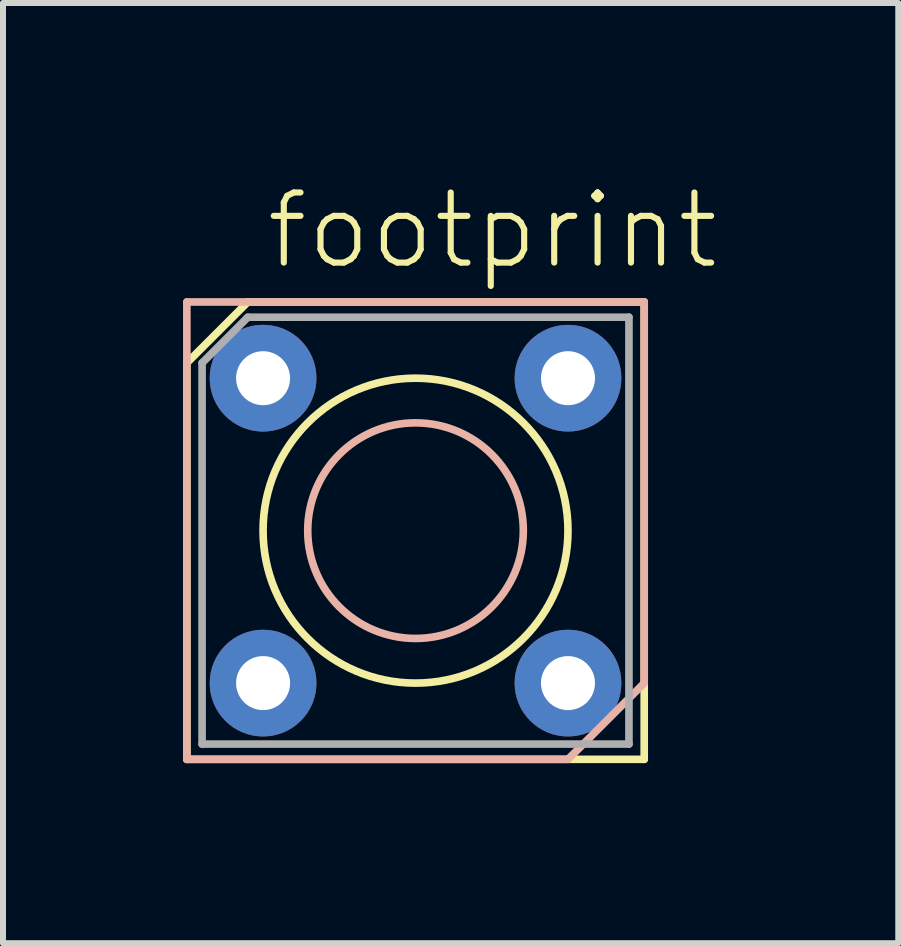
<source format=kicad_pcb>
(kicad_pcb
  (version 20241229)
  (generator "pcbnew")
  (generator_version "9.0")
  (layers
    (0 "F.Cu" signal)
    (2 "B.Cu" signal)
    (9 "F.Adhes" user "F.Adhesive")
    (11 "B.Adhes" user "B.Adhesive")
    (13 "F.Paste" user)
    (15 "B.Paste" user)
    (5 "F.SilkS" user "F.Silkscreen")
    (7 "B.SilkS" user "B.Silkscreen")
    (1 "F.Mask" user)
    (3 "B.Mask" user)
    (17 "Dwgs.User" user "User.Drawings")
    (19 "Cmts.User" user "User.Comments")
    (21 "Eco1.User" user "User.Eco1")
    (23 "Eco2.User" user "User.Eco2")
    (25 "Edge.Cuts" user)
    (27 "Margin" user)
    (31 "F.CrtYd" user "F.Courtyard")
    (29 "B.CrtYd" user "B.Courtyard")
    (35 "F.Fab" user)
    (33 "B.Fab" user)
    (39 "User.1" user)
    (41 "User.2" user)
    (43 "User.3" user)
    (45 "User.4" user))
  (footprint "footprint"
    (layer "F.Cu")
    (at 3.873 5.791)
    (property "Reference" "footprint" (at -2.54 -4.318 0) (layer "F.SilkS") (effects (font (size 1.168 1.168) (thickness 0.102)) (justify left bottom)))
    (fp_line (start -3.81 -2.794) (end -2.794 -3.81) (stroke (width 0.127) (type solid)) (layer "F.SilkS"))
    (fp_line (start -3.81 3.81) (end -3.81 -2.794) (stroke (width 0.127) (type solid)) (layer "F.SilkS"))
    (fp_line (start -2.794 -3.81) (end 3.81 -3.81) (stroke (width 0.127) (type solid)) (layer "F.SilkS"))
    (fp_line (start 3.81 -3.81) (end 3.81 3.81) (stroke (width 0.127) (type solid)) (layer "F.SilkS"))
    (fp_line (start 3.81 3.81) (end -3.81 3.81) (stroke (width 0.127) (type solid)) (layer "F.SilkS"))
    (fp_circle (center 0 0) (end 2.54 0) (stroke (width 0.127) (type solid)) (fill no) (layer "F.SilkS"))
    (fp_line (start -3.81 -3.81) (end -3.81 3.81) (stroke (width 0.127) (type solid)) (layer "B.SilkS"))
    (fp_line (start -3.81 -3.81) (end 3.81 -3.81) (stroke (width 0.127) (type solid)) (layer "B.SilkS"))
    (fp_line (start 2.54 3.81) (end -3.81 3.81) (stroke (width 0.127) (type solid)) (layer "B.SilkS"))
    (fp_line (start 3.81 -3.81) (end 3.81 2.54) (stroke (width 0.127) (type solid)) (layer "B.SilkS"))
    (fp_line (start 3.81 2.54) (end 2.54 3.81) (stroke (width 0.127) (type solid)) (layer "B.SilkS"))
    (fp_circle (center 0 0) (end 1.796 0) (stroke (width 0.127) (type solid)) (fill no) (layer "B.SilkS"))
    (fp_line (start -3.556 -2.794) (end -3.556 3.556) (stroke (width 0.127) (type solid)) (layer "F.Fab"))
    (fp_line (start -3.556 3.556) (end 3.556 3.556) (stroke (width 0.127) (type solid)) (layer "F.Fab"))
    (fp_line (start -2.794 -3.556) (end -3.556 -2.794) (stroke (width 0.127) (type solid)) (layer "F.Fab"))
    (fp_line (start 3.556 -3.556) (end -2.794 -3.556) (stroke (width 0.127) (type solid)) (layer "F.Fab"))
    (fp_line (start 3.556 3.556) (end 3.556 -3.556) (stroke (width 0.127) (type solid)) (layer "F.Fab"))
    (pad "1" thru_hole circle (at -2.54 -2.54) (size 1.778 1.778) (drill 0.9) (layers "*.Cu" "*.Mask"))
    (pad "2" thru_hole circle (at -2.54 2.54) (size 1.778 1.778) (drill 0.9) (layers "*.Cu" "*.Mask"))
    (pad "3" thru_hole circle (at 2.54 2.54) (size 1.778 1.778) (drill 0.9) (layers "*.Cu" "*.Mask"))
    (pad "4" thru_hole circle (at 2.54 -2.54) (size 1.778 1.778) (drill 0.9) (layers "*.Cu" "*.Mask")))
  (gr_rect
    (start -3 -3)
    (end 11.916 12.665)
    (stroke (width 0.1) (type default))
    (fill no)
    (layer "Edge.Cuts")))
</source>
